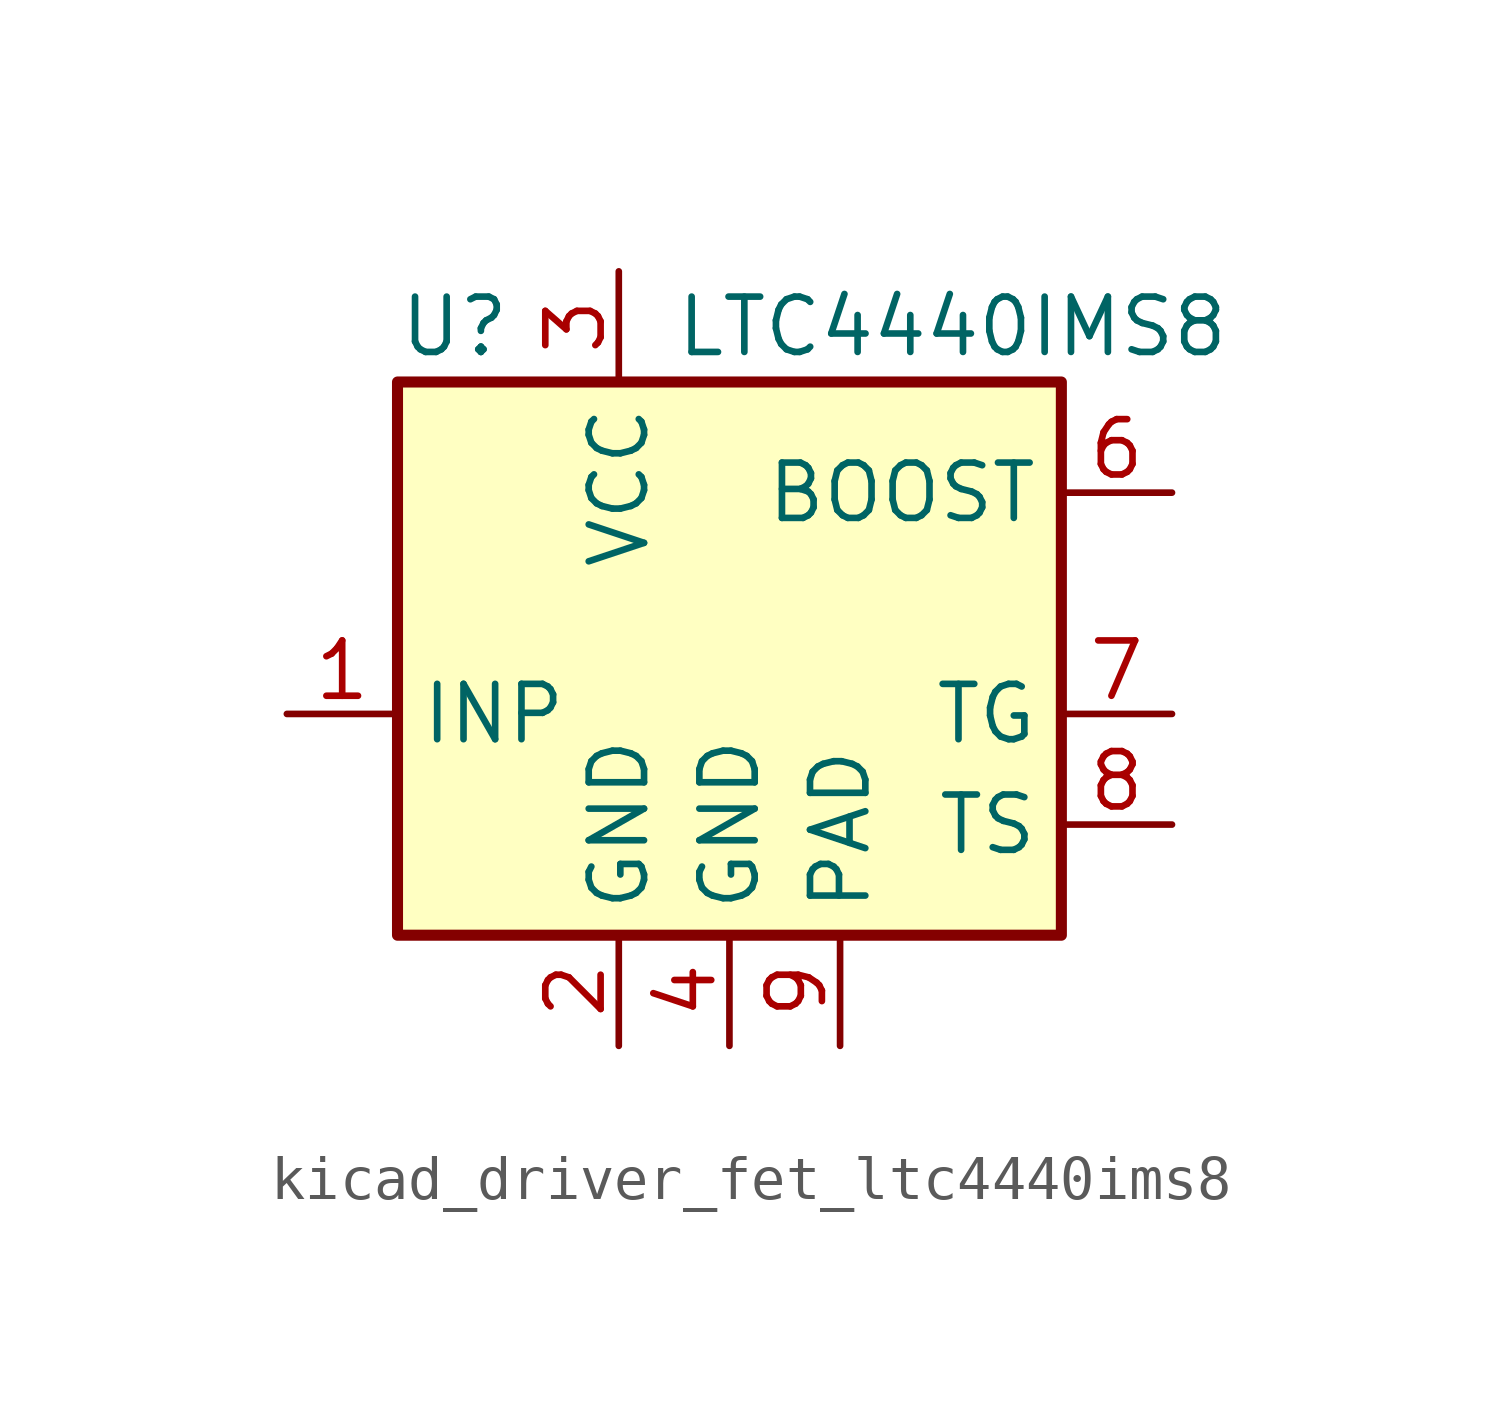
<source format=kicad_sym>
(kicad_symbol_lib
  (version 20220914)
  (generator kicad_symbol_editor)
  (symbol "kicad_driver_fet_ltc4440ims8"
    (property "Reference" "U"
      (at -7.62 8.89 0)
      (effects (font (size 1.27 1.27)) (justify left)))
    (property "Value" "LTC4440IMS8"
      (at -1.27 8.89 0)
      (effects (font (size 1.27 1.27)) (justify left)))
    (symbol "kicad_driver_fet_ltc4440ims8_0_1"
      (rectangle (start -7.62 7.62) (end 7.62 -5.08) (stroke (width 0.254) (type default)) (fill (type background))))
    (symbol "kicad_driver_fet_ltc4440ims8_1_1"
      (pin input line (at -10.16 0 0) (length 2.54) (name "INP" (effects (font (size 1.27 1.27)))) (number "1" (effects (font (size 1.27 1.27)))))
      (pin power_in line (at -2.54 -7.62 90) (length 2.54) (name "GND" (effects (font (size 1.27 1.27)))) (number "2" (effects (font (size 1.27 1.27)))))
      (pin power_in line (at -2.54 10.16 270) (length 2.54) (name "VCC" (effects (font (size 1.27 1.27)))) (number "3" (effects (font (size 1.27 1.27)))))
      (pin power_in line (at 0 -7.62 90) (length 2.54) (name "GND" (effects (font (size 1.27 1.27)))) (number "4" (effects (font (size 1.27 1.27)))))
      (pin no_connect line (at -5.08 -5.08 90) (length 2.54) hide (name "NC" (effects (font (size 1.27 1.27)))) (number "5" (effects (font (size 1.27 1.27)))))
      (pin input line (at 10.16 5.08 180) (length 2.54) (name "BOOST" (effects (font (size 1.27 1.27)))) (number "6" (effects (font (size 1.27 1.27)))))
      (pin output line (at 10.16 0 180) (length 2.54) (name "TG" (effects (font (size 1.27 1.27)))) (number "7" (effects (font (size 1.27 1.27)))))
      (pin input line (at 10.16 -2.54 180) (length 2.54) (name "TS" (effects (font (size 1.27 1.27)))) (number "8" (effects (font (size 1.27 1.27)))))
      (pin power_in line (at 2.54 -7.62 90) (length 2.54) (name "PAD" (effects (font (size 1.27 1.27)))) (number "9" (effects (font (size 1.27 1.27))))))))
</source>
